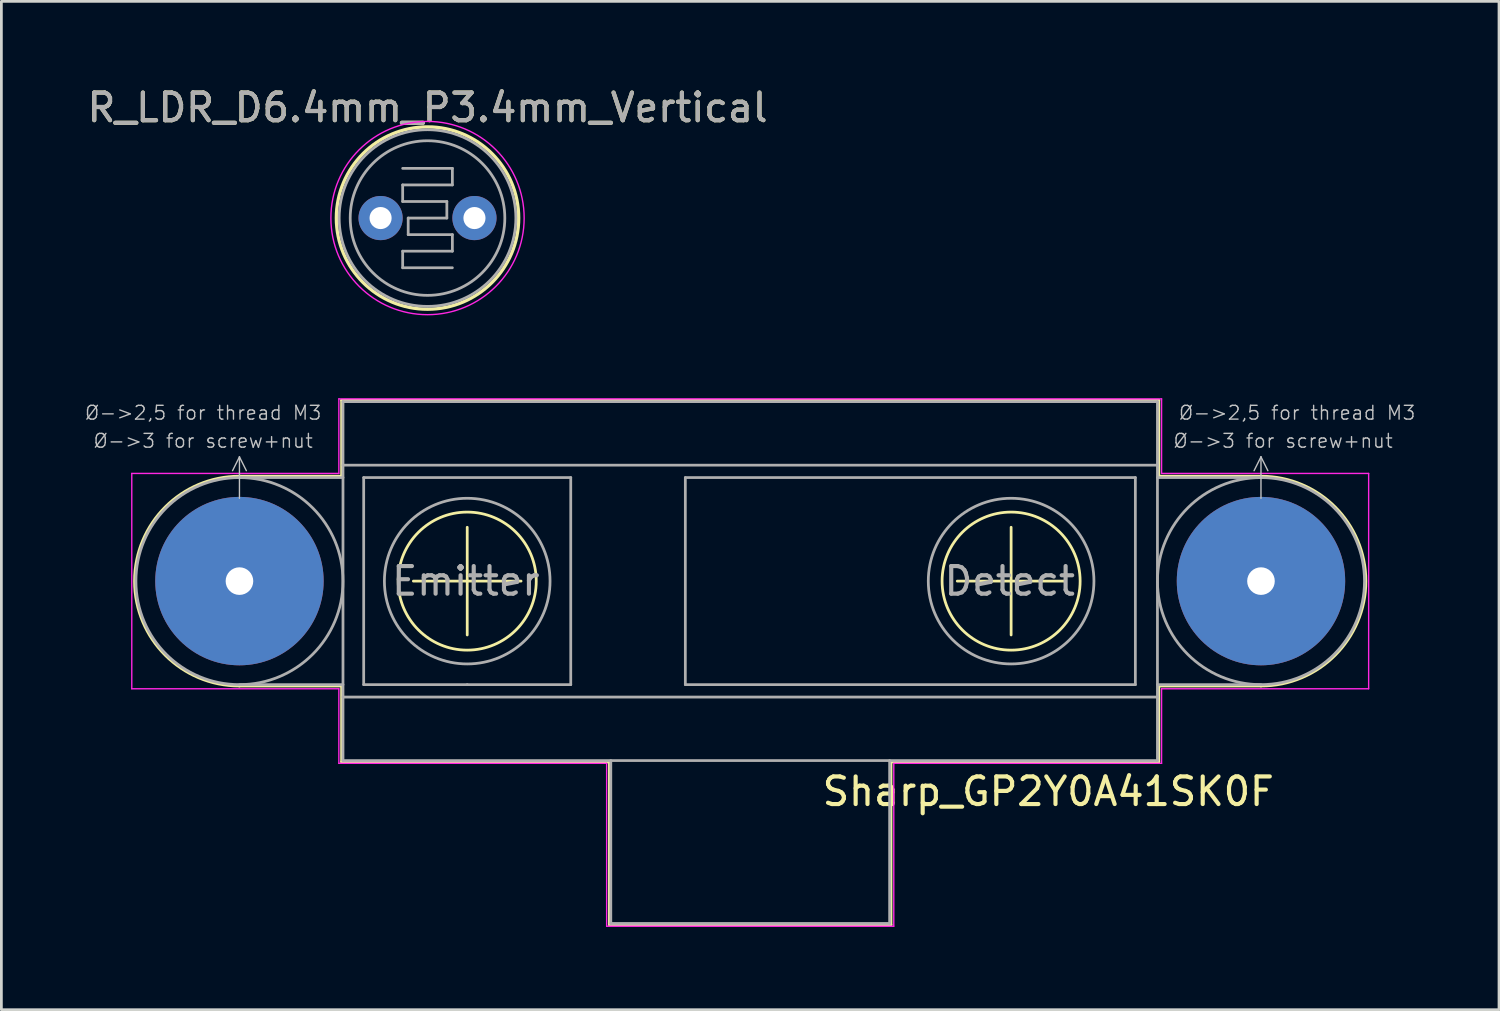
<source format=kicad_pcb>
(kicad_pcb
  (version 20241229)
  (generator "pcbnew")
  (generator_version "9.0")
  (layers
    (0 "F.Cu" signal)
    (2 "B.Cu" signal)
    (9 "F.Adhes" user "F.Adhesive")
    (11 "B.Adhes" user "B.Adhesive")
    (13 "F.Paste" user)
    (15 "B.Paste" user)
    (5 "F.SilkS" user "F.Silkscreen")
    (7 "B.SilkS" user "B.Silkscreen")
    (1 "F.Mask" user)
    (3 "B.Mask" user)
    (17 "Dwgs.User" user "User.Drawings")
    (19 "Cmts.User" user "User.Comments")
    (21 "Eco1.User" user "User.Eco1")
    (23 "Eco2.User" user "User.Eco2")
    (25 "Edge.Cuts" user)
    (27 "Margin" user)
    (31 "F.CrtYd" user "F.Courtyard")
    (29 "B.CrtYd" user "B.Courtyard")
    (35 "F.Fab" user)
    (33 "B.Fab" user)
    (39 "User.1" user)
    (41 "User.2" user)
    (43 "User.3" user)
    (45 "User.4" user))
  (footprint "R_LDR_D6.4mm_P3.4mm_Vertical"
    (layer "F.Cu")
    (at 10.735 4.848)
    (property "Reference" "R_LDR_D6.4mm_P3.4mm_Vertical" (at 1.7 -4 0) (layer "F.SilkS") (effects (font (size 1 1) (thickness 0.15))))
    (attr through_hole)
    (fp_circle (center 1.7 0) (end 5 -0.1) (stroke (width 0.12) (type solid)) (fill no) (layer "F.SilkS"))
    (fp_circle (center 1.7 0) (end 5.2 0) (stroke (width 0.05) (type solid)) (fill no) (layer "F.CrtYd"))
    (fp_line (start 0.8 -1.8) (end 2.6 -1.8) (stroke (width 0.1) (type solid)) (layer "F.Fab"))
    (fp_line (start 0.8 -1.2) (end 0.8 -0.6) (stroke (width 0.1) (type solid)) (layer "F.Fab"))
    (fp_line (start 0.8 1.2) (end 0.8 1.8) (stroke (width 0.1) (type solid)) (layer "F.Fab"))
    (fp_line (start 0.8 1.8) (end 2.6 1.8) (stroke (width 0.1) (type solid)) (layer "F.Fab"))
    (fp_line (start 1 0) (end 2.4 0) (stroke (width 0.1) (type solid)) (layer "F.Fab"))
    (fp_line (start 1 0.6) (end 1 0) (stroke (width 0.1) (type solid)) (layer "F.Fab"))
    (fp_line (start 2.4 -0.6) (end 0.8 -0.6) (stroke (width 0.1) (type solid)) (layer "F.Fab"))
    (fp_line (start 2.4 0) (end 2.4 -0.6) (stroke (width 0.1) (type solid)) (layer "F.Fab"))
    (fp_line (start 2.6 -1.8) (end 2.6 -1.2) (stroke (width 0.1) (type solid)) (layer "F.Fab"))
    (fp_line (start 2.6 -1.2) (end 0.8 -1.2) (stroke (width 0.1) (type solid)) (layer "F.Fab"))
    (fp_line (start 2.6 0.6) (end 1 0.6) (stroke (width 0.1) (type solid)) (layer "F.Fab"))
    (fp_line (start 2.6 0.6) (end 2.6 1.2) (stroke (width 0.1) (type solid)) (layer "F.Fab"))
    (fp_line (start 2.6 1.2) (end 0.8 1.2) (stroke (width 0.1) (type solid)) (layer "F.Fab"))
    (fp_circle (center 1.7 0) (end 4.5 0) (stroke (width 0.1) (type solid)) (fill no) (layer "F.Fab"))
    (fp_circle (center 1.7 0) (end 4.9 0) (stroke (width 0.1) (type solid)) (fill no) (layer "F.Fab"))
    (fp_text user "${REFERENCE}" (at 1.7 -4 0) (layer "F.Fab") (effects (font (size 1 1) (thickness 0.15))))
    (pad "1" thru_hole circle (at 0 0) (size 1.6 1.6) (drill 0.8) (layers "*.Cu" "*.Mask"))
    (pad "2" thru_hole circle (at 3.4 0) (size 1.6 1.6) (drill 0.8) (layers "*.Cu" "*.Mask")))
  (footprint "Sharp_GP2Y0A41SK0F"
    (layer "F.Cu")
    (at 24.123 17.998)
    (property "Reference" "Sharp_GP2Y0A41SK0F" (at 10.795 7.62 0) (layer "F.SilkS") (effects (font (size 1 1) (thickness 0.15))))
    (attr exclude_from_pos_files exclude_from_bom)
    (fp_line (start -18.5 -3.8) (end -14.8 -3.8) (stroke (width 0.1) (type solid)) (layer "F.SilkS"))
    (fp_line (start -14.8 -6.55) (end 14.8 -6.55) (stroke (width 0.1) (type solid)) (layer "F.SilkS"))
    (fp_line (start -14.8 -3.8) (end -14.8 -6.55) (stroke (width 0.1) (type solid)) (layer "F.SilkS"))
    (fp_line (start -14.8 3.8) (end -18.5 3.8) (stroke (width 0.1) (type solid)) (layer "F.SilkS"))
    (fp_line (start -14.8 6.55) (end -14.8 3.8) (stroke (width 0.1) (type solid)) (layer "F.SilkS"))
    (fp_line (start -12.2 0) (end -8.3 0) (stroke (width 0.1) (type solid)) (layer "F.SilkS"))
    (fp_line (start -10.25 -1.95) (end -10.25 1.95) (stroke (width 0.1) (type solid)) (layer "F.SilkS"))
    (fp_line (start -5.1 6.55) (end -14.8 6.55) (stroke (width 0.1) (type solid)) (layer "F.SilkS"))
    (fp_line (start -5.1 12.45) (end -5.1 6.55) (stroke (width 0.1) (type solid)) (layer "F.SilkS"))
    (fp_line (start 5.1 6.55) (end 5.1 12.45) (stroke (width 0.1) (type solid)) (layer "F.SilkS"))
    (fp_line (start 5.1 12.45) (end -5.1 12.45) (stroke (width 0.1) (type solid)) (layer "F.SilkS"))
    (fp_line (start 7.5 0) (end 11.4 0) (stroke (width 0.1) (type solid)) (layer "F.SilkS"))
    (fp_line (start 9.45 -1.95) (end 9.45 1.95) (stroke (width 0.1) (type solid)) (layer "F.SilkS"))
    (fp_line (start 14.8 -6.55) (end 14.8 -3.8) (stroke (width 0.1) (type solid)) (layer "F.SilkS"))
    (fp_line (start 14.8 -3.8) (end 18.5 -3.8) (stroke (width 0.1) (type solid)) (layer "F.SilkS"))
    (fp_line (start 14.8 3.8) (end 14.8 6.55) (stroke (width 0.1) (type solid)) (layer "F.SilkS"))
    (fp_line (start 14.8 6.55) (end 5.1 6.55) (stroke (width 0.1) (type solid)) (layer "F.SilkS"))
    (fp_line (start 18.5 3.8) (end 14.8 3.8) (stroke (width 0.1) (type solid)) (layer "F.SilkS"))
    (fp_arc (start -18.5 3.8) (mid -22.3 0) (end -18.5 -3.8) (stroke (width 0.1) (type solid)) (layer "F.SilkS"))
    (fp_arc (start 18.5 -3.8) (mid 22.3 0) (end 18.5 3.8) (stroke (width 0.1) (type solid)) (layer "F.SilkS"))
    (fp_circle (center -10.25 0) (end -7.75 0) (stroke (width 0.1) (type solid)) (fill no) (layer "F.SilkS"))
    (fp_circle (center 9.45 0) (end 11.95 0) (stroke (width 0.1) (type solid)) (fill no) (layer "F.SilkS"))
    (fp_line (start -18.5 -4.5) (end -18.75 -4) (stroke (width 0.05) (type solid)) (layer "Dwgs.User"))
    (fp_line (start -18.5 -4.5) (end -18.25 -4) (stroke (width 0.05) (type solid)) (layer "Dwgs.User"))
    (fp_line (start -18.5 -3) (end -18.5 -4.5) (stroke (width 0.05) (type solid)) (layer "Dwgs.User"))
    (fp_line (start 18.5 -4.5) (end 18.25 -4) (stroke (width 0.05) (type solid)) (layer "Dwgs.User"))
    (fp_line (start 18.5 -4.5) (end 18.75 -4) (stroke (width 0.05) (type solid)) (layer "Dwgs.User"))
    (fp_line (start 18.5 -3) (end 18.5 -4.5) (stroke (width 0.05) (type solid)) (layer "Dwgs.User"))
    (fp_line (start -22.4 -3.9) (end -14.9 -3.9) (stroke (width 0.05) (type solid)) (layer "F.CrtYd"))
    (fp_line (start -22.4 3.9) (end -22.4 -3.9) (stroke (width 0.05) (type solid)) (layer "F.CrtYd"))
    (fp_line (start -14.9 -6.6) (end 14.9 -6.6) (stroke (width 0.05) (type solid)) (layer "F.CrtYd"))
    (fp_line (start -14.9 -3.9) (end -14.9 -6.6) (stroke (width 0.05) (type solid)) (layer "F.CrtYd"))
    (fp_line (start -14.9 3.9) (end -22.4 3.9) (stroke (width 0.05) (type solid)) (layer "F.CrtYd"))
    (fp_line (start -14.9 6.6) (end -14.9 3.9) (stroke (width 0.05) (type solid)) (layer "F.CrtYd"))
    (fp_line (start -5.2 6.6) (end -14.9 6.6) (stroke (width 0.05) (type solid)) (layer "F.CrtYd"))
    (fp_line (start -5.2 12.5) (end -5.2 6.6) (stroke (width 0.05) (type solid)) (layer "F.CrtYd"))
    (fp_line (start 5.2 6.6) (end 5.2 12.5) (stroke (width 0.05) (type solid)) (layer "F.CrtYd"))
    (fp_line (start 5.2 12.5) (end -5.2 12.5) (stroke (width 0.05) (type solid)) (layer "F.CrtYd"))
    (fp_line (start 14.9 -6.6) (end 14.9 -3.9) (stroke (width 0.05) (type solid)) (layer "F.CrtYd"))
    (fp_line (start 14.9 -3.9) (end 22.4 -3.9) (stroke (width 0.05) (type solid)) (layer "F.CrtYd"))
    (fp_line (start 14.9 3.9) (end 14.9 6.6) (stroke (width 0.05) (type solid)) (layer "F.CrtYd"))
    (fp_line (start 14.9 6.6) (end 5.2 6.6) (stroke (width 0.05) (type solid)) (layer "F.CrtYd"))
    (fp_line (start 22.4 -3.9) (end 22.4 3.9) (stroke (width 0.05) (type solid)) (layer "F.CrtYd"))
    (fp_line (start 22.4 3.9) (end 14.9 3.9) (stroke (width 0.05) (type solid)) (layer "F.CrtYd"))
    (fp_line (start -18.5 -3.75) (end -14.75 -3.75) (stroke (width 0.1) (type solid)) (layer "F.Fab"))
    (fp_line (start -18.5 3.75) (end -14.75 3.75) (stroke (width 0.1) (type solid)) (layer "F.Fab"))
    (fp_line (start -14.75 -6.5) (end 14.75 -6.5) (stroke (width 0.1) (type solid)) (layer "F.Fab"))
    (fp_line (start -14.75 -4.2) (end 14.75 -4.2) (stroke (width 0.1) (type solid)) (layer "F.Fab"))
    (fp_line (start -14.75 6.5) (end -14.75 -6.5) (stroke (width 0.1) (type solid)) (layer "F.Fab"))
    (fp_line (start -14 -3.75) (end -6.5 -3.75) (stroke (width 0.1) (type solid)) (layer "F.Fab"))
    (fp_line (start -14 3.75) (end -14 -3.75) (stroke (width 0.1) (type solid)) (layer "F.Fab"))
    (fp_line (start -10.25 3.75) (end -14 3.75) (stroke (width 0.1) (type solid)) (layer "F.Fab"))
    (fp_line (start -6.5 -3.75) (end -6.5 3.75) (stroke (width 0.1) (type solid)) (layer "F.Fab"))
    (fp_line (start -6.5 3.75) (end -10.25 3.75) (stroke (width 0.1) (type solid)) (layer "F.Fab"))
    (fp_line (start -5.05 12.4) (end -5.05 6.5) (stroke (width 0.1) (type solid)) (layer "F.Fab"))
    (fp_line (start -2.35 -3.75) (end -2.35 3.75) (stroke (width 0.1) (type solid)) (layer "F.Fab"))
    (fp_line (start -2.35 3.75) (end 13.95 3.75) (stroke (width 0.1) (type solid)) (layer "F.Fab"))
    (fp_line (start 5.05 12.4) (end -5.05 12.4) (stroke (width 0.1) (type solid)) (layer "F.Fab"))
    (fp_line (start 5.05 12.4) (end 5.05 6.5) (stroke (width 0.1) (type solid)) (layer "F.Fab"))
    (fp_line (start 13.95 -3.75) (end -2.35 -3.75) (stroke (width 0.1) (type solid)) (layer "F.Fab"))
    (fp_line (start 13.95 3.75) (end 13.95 -3.75) (stroke (width 0.1) (type solid)) (layer "F.Fab"))
    (fp_line (start 14.75 -6.5) (end 14.75 6.5) (stroke (width 0.1) (type solid)) (layer "F.Fab"))
    (fp_line (start 14.75 4.2) (end -14.75 4.2) (stroke (width 0.1) (type solid)) (layer "F.Fab"))
    (fp_line (start 14.75 6.5) (end -14.75 6.5) (stroke (width 0.1) (type solid)) (layer "F.Fab"))
    (fp_line (start 18.5 -3.75) (end 14.75 -3.75) (stroke (width 0.1) (type solid)) (layer "F.Fab"))
    (fp_line (start 18.5 3.75) (end 14.75 3.75) (stroke (width 0.1) (type solid)) (layer "F.Fab"))
    (fp_circle (center -18.5 0) (end -22.25 0) (stroke (width 0.1) (type solid)) (fill no) (layer "F.Fab"))
    (fp_circle (center -10.25 0) (end -7.25 0) (stroke (width 0.1) (type solid)) (fill no) (layer "F.Fab"))
    (fp_circle (center 9.45 0) (end 12.45 0) (stroke (width 0.1) (type solid)) (fill no) (layer "F.Fab"))
    (fp_circle (center 18.5 0) (end 22.25 0) (stroke (width 0.1) (type solid)) (fill no) (layer "F.Fab"))
    (fp_text user "Ø->3 for screw+nut" (at 19.304 -5.08 0) (layer "Dwgs.User") (effects (font (size 0.5 0.5) (thickness 0.05))))
    (fp_text user "Ø->3 for screw+nut" (at -19.812 -5.08 0) (layer "Dwgs.User") (effects (font (size 0.5 0.5) (thickness 0.05))))
    (fp_text user "Ø->2,5 for thread M3" (at -19.812 -6.096 0) (layer "Dwgs.User") (effects (font (size 0.5 0.5) (thickness 0.05))))
    (fp_text user "Ø->2,5 for thread M3" (at 19.812 -6.096 0) (layer "Dwgs.User") (effects (font (size 0.5 0.5) (thickness 0.05))))
    (fp_text user "Emitter" (at -10.3 0 0) (layer "F.Fab") (effects (font (size 1 1) (thickness 0.15))))
    (fp_text user "Detect" (at 9.4 0 0) (layer "F.Fab") (effects (font (size 1 1) (thickness 0.15))))
    (pad "1" thru_hole circle (at -18.5 0) (size 6.1 6.1) (drill 1) (layers "*.Cu" "*.Mask"))
    (pad "2" thru_hole circle (at 18.5 0) (size 6.1 6.1) (drill 1) (layers "*.Cu" "*.Mask")))
  (gr_rect
    (start -3 -3)
    (end 51.245 33.523)
    (stroke (width 0.1) (type default))
    (fill no)
    (layer "Edge.Cuts")))
</source>
